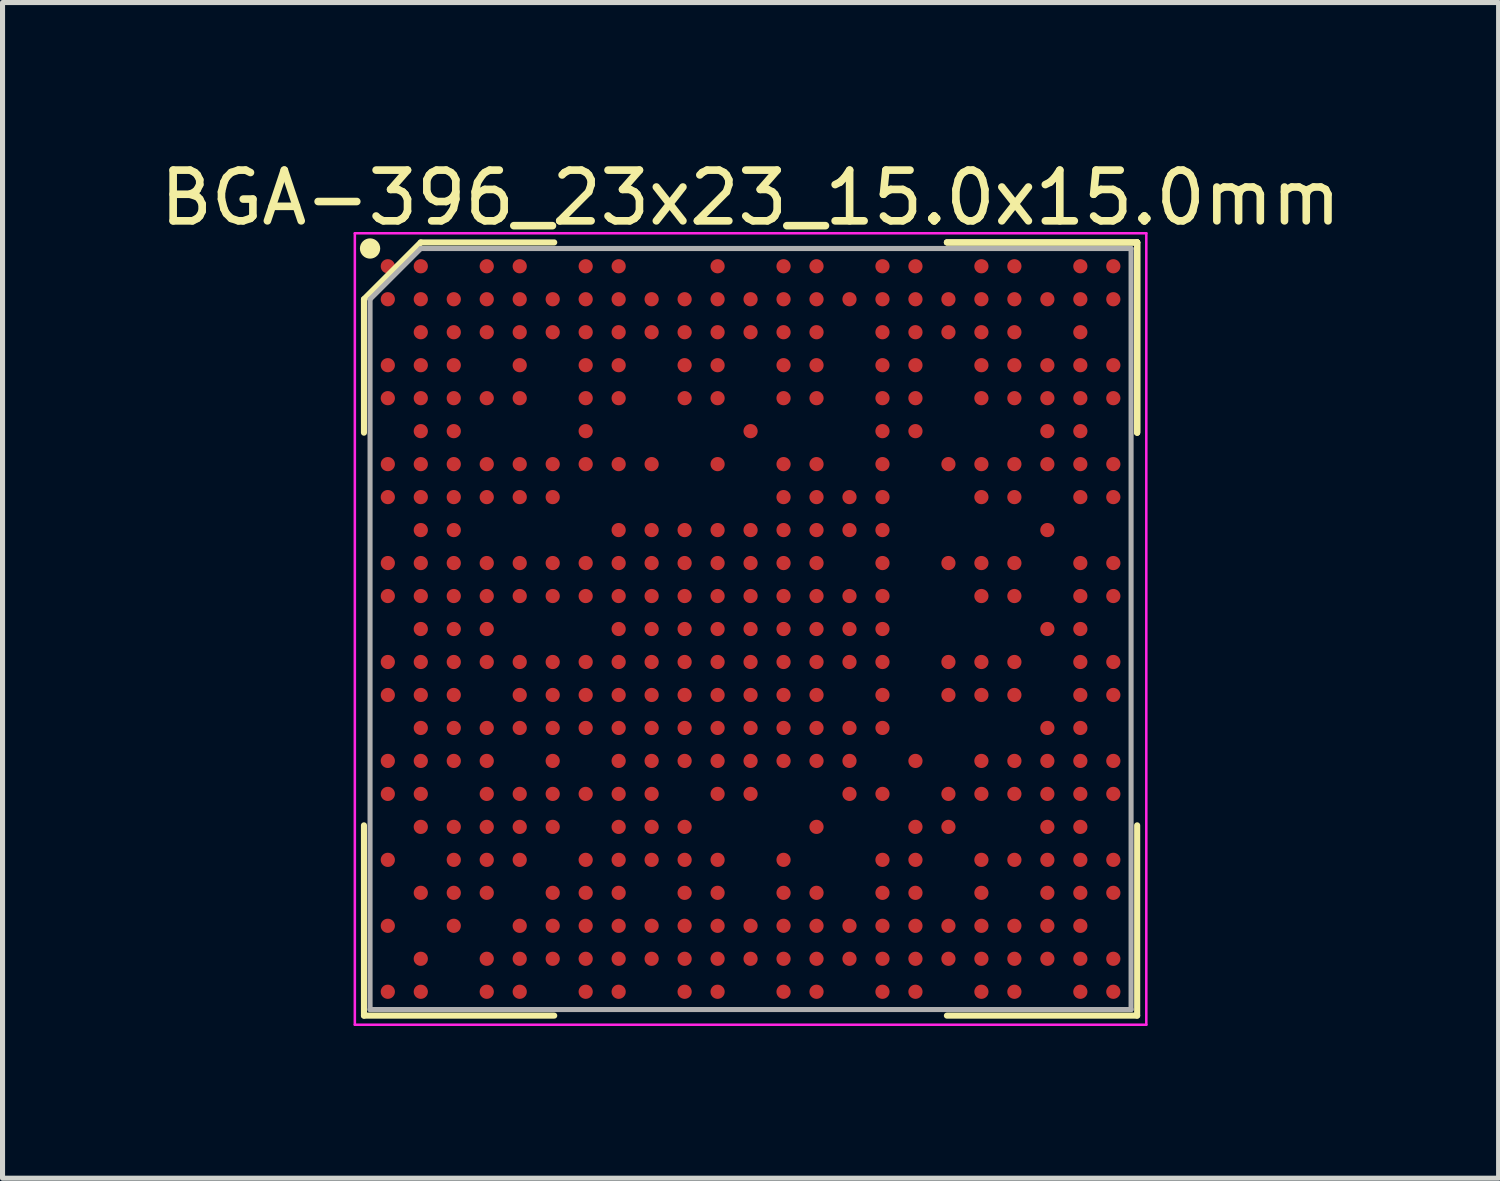
<source format=kicad_pcb>
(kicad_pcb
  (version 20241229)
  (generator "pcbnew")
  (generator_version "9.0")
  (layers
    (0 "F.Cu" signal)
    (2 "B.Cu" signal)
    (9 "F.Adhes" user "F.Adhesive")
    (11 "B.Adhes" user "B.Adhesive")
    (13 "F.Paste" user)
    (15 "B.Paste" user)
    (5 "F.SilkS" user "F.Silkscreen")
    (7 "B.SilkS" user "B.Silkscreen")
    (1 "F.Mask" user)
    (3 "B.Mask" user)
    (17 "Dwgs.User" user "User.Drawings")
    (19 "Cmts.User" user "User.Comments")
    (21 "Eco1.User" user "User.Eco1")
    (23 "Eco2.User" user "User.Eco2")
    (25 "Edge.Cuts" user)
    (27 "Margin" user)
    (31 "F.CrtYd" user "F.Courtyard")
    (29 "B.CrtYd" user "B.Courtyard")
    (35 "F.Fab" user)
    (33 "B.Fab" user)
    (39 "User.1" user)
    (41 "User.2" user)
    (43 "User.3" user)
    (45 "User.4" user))
  (footprint "BGA-396_23x23_15.0x15.0mm"
    (layer "F.Cu")
    (at 11.744 9.348)
    (property "Reference" "BGA-396_23x23_15.0x15.0mm" (at 0 -8.5 0) (layer "F.SilkS") (effects (font (size 1 1) (thickness 0.15))))
    (attr smd)
    (fp_line (start -7.62 -6.5) (end -7.62 -3.87) (stroke (width 0.12) (type solid)) (layer "F.SilkS"))
    (fp_line (start -7.62 7.62) (end -7.62 3.87) (stroke (width 0.12) (type solid)) (layer "F.SilkS"))
    (fp_line (start -6.5 -7.62) (end -7.62 -6.5) (stroke (width 0.12) (type solid)) (layer "F.SilkS"))
    (fp_line (start -3.87 -7.62) (end -6.5 -7.62) (stroke (width 0.12) (type solid)) (layer "F.SilkS"))
    (fp_line (start -3.87 7.62) (end -7.62 7.62) (stroke (width 0.12) (type solid)) (layer "F.SilkS"))
    (fp_line (start 3.87 -7.62) (end 7.62 -7.62) (stroke (width 0.12) (type solid)) (layer "F.SilkS"))
    (fp_line (start 3.87 -7.62) (end 7.62 -7.62) (stroke (width 0.12) (type solid)) (layer "F.SilkS"))
    (fp_line (start 3.87 -7.62) (end 7.62 -7.62) (stroke (width 0.12) (type solid)) (layer "F.SilkS"))
    (fp_line (start 3.87 7.62) (end 7.62 7.62) (stroke (width 0.12) (type solid)) (layer "F.SilkS"))
    (fp_line (start 7.62 -7.62) (end 7.62 -3.87) (stroke (width 0.12) (type solid)) (layer "F.SilkS"))
    (fp_line (start 7.62 -7.62) (end 7.62 -3.87) (stroke (width 0.12) (type solid)) (layer "F.SilkS"))
    (fp_line (start 7.62 -7.62) (end 7.62 -3.87) (stroke (width 0.12) (type solid)) (layer "F.SilkS"))
    (fp_line (start 7.62 7.62) (end 7.62 3.87) (stroke (width 0.12) (type solid)) (layer "F.SilkS"))
    (fp_circle (center -7.5 -7.5) (end -7.5 -7.4) (stroke (width 0.2) (type solid)) (fill no) (layer "F.SilkS"))
    (fp_line (start -7.8 -7.8) (end 7.8 -7.8) (stroke (width 0.05) (type solid)) (layer "F.CrtYd"))
    (fp_line (start -7.8 7.8) (end -7.8 -7.8) (stroke (width 0.05) (type solid)) (layer "F.CrtYd"))
    (fp_line (start 7.8 -7.8) (end 7.8 7.8) (stroke (width 0.05) (type solid)) (layer "F.CrtYd"))
    (fp_line (start 7.8 7.8) (end -7.8 7.8) (stroke (width 0.05) (type solid)) (layer "F.CrtYd"))
    (fp_line (start -7.5 -6.5) (end -7.5 7.5) (stroke (width 0.1) (type solid)) (layer "F.Fab"))
    (fp_line (start -7.5 7.5) (end 7.5 7.5) (stroke (width 0.1) (type solid)) (layer "F.Fab"))
    (fp_line (start -6.5 -7.5) (end -7.5 -6.5) (stroke (width 0.1) (type solid)) (layer "F.Fab"))
    (fp_line (start 7.5 -7.5) (end -6.5 -7.5) (stroke (width 0.1) (type solid)) (layer "F.Fab"))
    (fp_line (start 7.5 7.5) (end 7.5 -7.5) (stroke (width 0.1) (type solid)) (layer "F.Fab"))
    (pad "A1" smd circle (at -7.15 -7.15) (size 0.28 0.28) (layers "F.Cu" "F.Mask" "F.Paste"))
    (pad "A2" smd circle (at -6.5 -7.15) (size 0.28 0.28) (layers "F.Cu" "F.Mask" "F.Paste"))
    (pad "A4" smd circle (at -5.2 -7.15) (size 0.28 0.28) (layers "F.Cu" "F.Mask" "F.Paste"))
    (pad "A5" smd circle (at -4.55 -7.15) (size 0.28 0.28) (layers "F.Cu" "F.Mask" "F.Paste"))
    (pad "A7" smd circle (at -3.25 -7.15) (size 0.28 0.28) (layers "F.Cu" "F.Mask" "F.Paste"))
    (pad "A8" smd circle (at -2.6 -7.15) (size 0.28 0.28) (layers "F.Cu" "F.Mask" "F.Paste"))
    (pad "A11" smd circle (at -0.65 -7.15) (size 0.28 0.28) (layers "F.Cu" "F.Mask" "F.Paste"))
    (pad "A13" smd circle (at 0.65 -7.15) (size 0.28 0.28) (layers "F.Cu" "F.Mask" "F.Paste"))
    (pad "A14" smd circle (at 1.3 -7.15) (size 0.28 0.28) (layers "F.Cu" "F.Mask" "F.Paste"))
    (pad "A16" smd circle (at 2.6 -7.15) (size 0.28 0.28) (layers "F.Cu" "F.Mask" "F.Paste"))
    (pad "A17" smd circle (at 3.25 -7.15) (size 0.28 0.28) (layers "F.Cu" "F.Mask" "F.Paste"))
    (pad "A19" smd circle (at 4.55 -7.15) (size 0.28 0.28) (layers "F.Cu" "F.Mask" "F.Paste"))
    (pad "A20" smd circle (at 5.2 -7.15) (size 0.28 0.28) (layers "F.Cu" "F.Mask" "F.Paste"))
    (pad "A22" smd circle (at 6.5 -7.15) (size 0.28 0.28) (layers "F.Cu" "F.Mask" "F.Paste"))
    (pad "A23" smd circle (at 7.15 -7.15) (size 0.28 0.28) (layers "F.Cu" "F.Mask" "F.Paste"))
    (pad "AA1" smd circle (at -7.15 5.85) (size 0.28 0.28) (layers "F.Cu" "F.Mask" "F.Paste"))
    (pad "AA3" smd circle (at -5.85 5.85) (size 0.28 0.28) (layers "F.Cu" "F.Mask" "F.Paste"))
    (pad "AA5" smd circle (at -4.55 5.85) (size 0.28 0.28) (layers "F.Cu" "F.Mask" "F.Paste"))
    (pad "AA6" smd circle (at -3.9 5.85) (size 0.28 0.28) (layers "F.Cu" "F.Mask" "F.Paste"))
    (pad "AA7" smd circle (at -3.25 5.85) (size 0.28 0.28) (layers "F.Cu" "F.Mask" "F.Paste"))
    (pad "AA8" smd circle (at -2.6 5.85) (size 0.28 0.28) (layers "F.Cu" "F.Mask" "F.Paste"))
    (pad "AA9" smd circle (at -1.95 5.85) (size 0.28 0.28) (layers "F.Cu" "F.Mask" "F.Paste"))
    (pad "AA10" smd circle (at -1.3 5.85) (size 0.28 0.28) (layers "F.Cu" "F.Mask" "F.Paste"))
    (pad "AA11" smd circle (at -0.65 5.85) (size 0.28 0.28) (layers "F.Cu" "F.Mask" "F.Paste"))
    (pad "AA12" smd circle (at 0 5.85) (size 0.28 0.28) (layers "F.Cu" "F.Mask" "F.Paste"))
    (pad "AA13" smd circle (at 0.65 5.85) (size 0.28 0.28) (layers "F.Cu" "F.Mask" "F.Paste"))
    (pad "AA14" smd circle (at 1.3 5.85) (size 0.28 0.28) (layers "F.Cu" "F.Mask" "F.Paste"))
    (pad "AA15" smd circle (at 1.95 5.85) (size 0.28 0.28) (layers "F.Cu" "F.Mask" "F.Paste"))
    (pad "AA16" smd circle (at 2.6 5.85) (size 0.28 0.28) (layers "F.Cu" "F.Mask" "F.Paste"))
    (pad "AA17" smd circle (at 3.25 5.85) (size 0.28 0.28) (layers "F.Cu" "F.Mask" "F.Paste"))
    (pad "AA18" smd circle (at 3.9 5.85) (size 0.28 0.28) (layers "F.Cu" "F.Mask" "F.Paste"))
    (pad "AA19" smd circle (at 4.55 5.85) (size 0.28 0.28) (layers "F.Cu" "F.Mask" "F.Paste"))
    (pad "AA20" smd circle (at 5.2 5.85) (size 0.28 0.28) (layers "F.Cu" "F.Mask" "F.Paste"))
    (pad "AA21" smd circle (at 5.85 5.85) (size 0.28 0.28) (layers "F.Cu" "F.Mask" "F.Paste"))
    (pad "AA22" smd circle (at 6.5 5.85) (size 0.28 0.28) (layers "F.Cu" "F.Mask" "F.Paste"))
    (pad "AB2" smd circle (at -6.5 6.5) (size 0.28 0.28) (layers "F.Cu" "F.Mask" "F.Paste"))
    (pad "AB4" smd circle (at -5.2 6.5) (size 0.28 0.28) (layers "F.Cu" "F.Mask" "F.Paste"))
    (pad "AB5" smd circle (at -4.55 6.5) (size 0.28 0.28) (layers "F.Cu" "F.Mask" "F.Paste"))
    (pad "AB6" smd circle (at -3.9 6.5) (size 0.28 0.28) (layers "F.Cu" "F.Mask" "F.Paste"))
    (pad "AB7" smd circle (at -3.25 6.5) (size 0.28 0.28) (layers "F.Cu" "F.Mask" "F.Paste"))
    (pad "AB8" smd circle (at -2.6 6.5) (size 0.28 0.28) (layers "F.Cu" "F.Mask" "F.Paste"))
    (pad "AB9" smd circle (at -1.95 6.5) (size 0.28 0.28) (layers "F.Cu" "F.Mask" "F.Paste"))
    (pad "AB10" smd circle (at -1.3 6.5) (size 0.28 0.28) (layers "F.Cu" "F.Mask" "F.Paste"))
    (pad "AB11" smd circle (at -0.65 6.5) (size 0.28 0.28) (layers "F.Cu" "F.Mask" "F.Paste"))
    (pad "AB12" smd circle (at 0 6.5) (size 0.28 0.28) (layers "F.Cu" "F.Mask" "F.Paste"))
    (pad "AB13" smd circle (at 0.65 6.5) (size 0.28 0.28) (layers "F.Cu" "F.Mask" "F.Paste"))
    (pad "AB14" smd circle (at 1.3 6.5) (size 0.28 0.28) (layers "F.Cu" "F.Mask" "F.Paste"))
    (pad "AB15" smd circle (at 1.95 6.5) (size 0.28 0.28) (layers "F.Cu" "F.Mask" "F.Paste"))
    (pad "AB16" smd circle (at 2.6 6.5) (size 0.28 0.28) (layers "F.Cu" "F.Mask" "F.Paste"))
    (pad "AB17" smd circle (at 3.25 6.5) (size 0.28 0.28) (layers "F.Cu" "F.Mask" "F.Paste"))
    (pad "AB18" smd circle (at 3.9 6.5) (size 0.28 0.28) (layers "F.Cu" "F.Mask" "F.Paste"))
    (pad "AB19" smd circle (at 4.55 6.5) (size 0.28 0.28) (layers "F.Cu" "F.Mask" "F.Paste"))
    (pad "AB20" smd circle (at 5.2 6.5) (size 0.28 0.28) (layers "F.Cu" "F.Mask" "F.Paste"))
    (pad "AB21" smd circle (at 5.85 6.5) (size 0.28 0.28) (layers "F.Cu" "F.Mask" "F.Paste"))
    (pad "AB22" smd circle (at 6.5 6.5) (size 0.28 0.28) (layers "F.Cu" "F.Mask" "F.Paste"))
    (pad "AB23" smd circle (at 7.15 6.5) (size 0.28 0.28) (layers "F.Cu" "F.Mask" "F.Paste"))
    (pad "AC1" smd circle (at -7.15 7.15) (size 0.28 0.28) (layers "F.Cu" "F.Mask" "F.Paste"))
    (pad "AC2" smd circle (at -6.5 7.15) (size 0.28 0.28) (layers "F.Cu" "F.Mask" "F.Paste"))
    (pad "AC4" smd circle (at -5.2 7.15) (size 0.28 0.28) (layers "F.Cu" "F.Mask" "F.Paste"))
    (pad "AC5" smd circle (at -4.55 7.15) (size 0.28 0.28) (layers "F.Cu" "F.Mask" "F.Paste"))
    (pad "AC7" smd circle (at -3.25 7.15) (size 0.28 0.28) (layers "F.Cu" "F.Mask" "F.Paste"))
    (pad "AC8" smd circle (at -2.6 7.15) (size 0.28 0.28) (layers "F.Cu" "F.Mask" "F.Paste"))
    (pad "AC10" smd circle (at -1.3 7.15) (size 0.28 0.28) (layers "F.Cu" "F.Mask" "F.Paste"))
    (pad "AC11" smd circle (at -0.65 7.15) (size 0.28 0.28) (layers "F.Cu" "F.Mask" "F.Paste"))
    (pad "AC13" smd circle (at 0.65 7.15) (size 0.28 0.28) (layers "F.Cu" "F.Mask" "F.Paste"))
    (pad "AC14" smd circle (at 1.3 7.15) (size 0.28 0.28) (layers "F.Cu" "F.Mask" "F.Paste"))
    (pad "AC16" smd circle (at 2.6 7.15) (size 0.28 0.28) (layers "F.Cu" "F.Mask" "F.Paste"))
    (pad "AC17" smd circle (at 3.25 7.15) (size 0.28 0.28) (layers "F.Cu" "F.Mask" "F.Paste"))
    (pad "AC19" smd circle (at 4.55 7.15) (size 0.28 0.28) (layers "F.Cu" "F.Mask" "F.Paste"))
    (pad "AC20" smd circle (at 5.2 7.15) (size 0.28 0.28) (layers "F.Cu" "F.Mask" "F.Paste"))
    (pad "AC22" smd circle (at 6.5 7.15) (size 0.28 0.28) (layers "F.Cu" "F.Mask" "F.Paste"))
    (pad "AC23" smd circle (at 7.15 7.15) (size 0.28 0.28) (layers "F.Cu" "F.Mask" "F.Paste"))
    (pad "B1" smd circle (at -7.15 -6.5) (size 0.28 0.28) (layers "F.Cu" "F.Mask" "F.Paste"))
    (pad "B2" smd circle (at -6.5 -6.5) (size 0.28 0.28) (layers "F.Cu" "F.Mask" "F.Paste"))
    (pad "B3" smd circle (at -5.85 -6.5) (size 0.28 0.28) (layers "F.Cu" "F.Mask" "F.Paste"))
    (pad "B4" smd circle (at -5.2 -6.5) (size 0.28 0.28) (layers "F.Cu" "F.Mask" "F.Paste"))
    (pad "B5" smd circle (at -4.55 -6.5) (size 0.28 0.28) (layers "F.Cu" "F.Mask" "F.Paste"))
    (pad "B6" smd circle (at -3.9 -6.5) (size 0.28 0.28) (layers "F.Cu" "F.Mask" "F.Paste"))
    (pad "B7" smd circle (at -3.25 -6.5) (size 0.28 0.28) (layers "F.Cu" "F.Mask" "F.Paste"))
    (pad "B8" smd circle (at -2.6 -6.5) (size 0.28 0.28) (layers "F.Cu" "F.Mask" "F.Paste"))
    (pad "B9" smd circle (at -1.95 -6.5) (size 0.28 0.28) (layers "F.Cu" "F.Mask" "F.Paste"))
    (pad "B10" smd circle (at -1.3 -6.5) (size 0.28 0.28) (layers "F.Cu" "F.Mask" "F.Paste"))
    (pad "B11" smd circle (at -0.65 -6.5) (size 0.28 0.28) (layers "F.Cu" "F.Mask" "F.Paste"))
    (pad "B12" smd circle (at 0 -6.5) (size 0.28 0.28) (layers "F.Cu" "F.Mask" "F.Paste"))
    (pad "B13" smd circle (at 0.65 -6.5) (size 0.28 0.28) (layers "F.Cu" "F.Mask" "F.Paste"))
    (pad "B14" smd circle (at 1.3 -6.5) (size 0.28 0.28) (layers "F.Cu" "F.Mask" "F.Paste"))
    (pad "B15" smd circle (at 1.95 -6.5) (size 0.28 0.28) (layers "F.Cu" "F.Mask" "F.Paste"))
    (pad "B16" smd circle (at 2.6 -6.5) (size 0.28 0.28) (layers "F.Cu" "F.Mask" "F.Paste"))
    (pad "B17" smd circle (at 3.25 -6.5) (size 0.28 0.28) (layers "F.Cu" "F.Mask" "F.Paste"))
    (pad "B18" smd circle (at 3.9 -6.5) (size 0.28 0.28) (layers "F.Cu" "F.Mask" "F.Paste"))
    (pad "B19" smd circle (at 4.55 -6.5) (size 0.28 0.28) (layers "F.Cu" "F.Mask" "F.Paste"))
    (pad "B20" smd circle (at 5.2 -6.5) (size 0.28 0.28) (layers "F.Cu" "F.Mask" "F.Paste"))
    (pad "B21" smd circle (at 5.85 -6.5) (size 0.28 0.28) (layers "F.Cu" "F.Mask" "F.Paste"))
    (pad "B22" smd circle (at 6.5 -6.5) (size 0.28 0.28) (layers "F.Cu" "F.Mask" "F.Paste"))
    (pad "B23" smd circle (at 7.15 -6.5) (size 0.28 0.28) (layers "F.Cu" "F.Mask" "F.Paste"))
    (pad "C2" smd circle (at -6.5 -5.85) (size 0.28 0.28) (layers "F.Cu" "F.Mask" "F.Paste"))
    (pad "C3" smd circle (at -5.85 -5.85) (size 0.28 0.28) (layers "F.Cu" "F.Mask" "F.Paste"))
    (pad "C4" smd circle (at -5.2 -5.85) (size 0.28 0.28) (layers "F.Cu" "F.Mask" "F.Paste"))
    (pad "C5" smd circle (at -4.55 -5.85) (size 0.28 0.28) (layers "F.Cu" "F.Mask" "F.Paste"))
    (pad "C6" smd circle (at -3.9 -5.85) (size 0.28 0.28) (layers "F.Cu" "F.Mask" "F.Paste"))
    (pad "C7" smd circle (at -3.25 -5.85) (size 0.28 0.28) (layers "F.Cu" "F.Mask" "F.Paste"))
    (pad "C8" smd circle (at -2.6 -5.85) (size 0.28 0.28) (layers "F.Cu" "F.Mask" "F.Paste"))
    (pad "C9" smd circle (at -1.95 -5.85) (size 0.28 0.28) (layers "F.Cu" "F.Mask" "F.Paste"))
    (pad "C10" smd circle (at -1.3 -5.85) (size 0.28 0.28) (layers "F.Cu" "F.Mask" "F.Paste"))
    (pad "C11" smd circle (at -0.65 -5.85) (size 0.28 0.28) (layers "F.Cu" "F.Mask" "F.Paste"))
    (pad "C12" smd circle (at 0 -5.85) (size 0.28 0.28) (layers "F.Cu" "F.Mask" "F.Paste"))
    (pad "C13" smd circle (at 0.65 -5.85) (size 0.28 0.28) (layers "F.Cu" "F.Mask" "F.Paste"))
    (pad "C14" smd circle (at 1.3 -5.85) (size 0.28 0.28) (layers "F.Cu" "F.Mask" "F.Paste"))
    (pad "C16" smd circle (at 2.6 -5.85) (size 0.28 0.28) (layers "F.Cu" "F.Mask" "F.Paste"))
    (pad "C17" smd circle (at 3.25 -5.85) (size 0.28 0.28) (layers "F.Cu" "F.Mask" "F.Paste"))
    (pad "C18" smd circle (at 3.9 -5.85) (size 0.28 0.28) (layers "F.Cu" "F.Mask" "F.Paste"))
    (pad "C19" smd circle (at 4.55 -5.85) (size 0.28 0.28) (layers "F.Cu" "F.Mask" "F.Paste"))
    (pad "C20" smd circle (at 5.2 -5.85) (size 0.28 0.28) (layers "F.Cu" "F.Mask" "F.Paste"))
    (pad "C22" smd circle (at 6.5 -5.85) (size 0.28 0.28) (layers "F.Cu" "F.Mask" "F.Paste"))
    (pad "D1" smd circle (at -7.15 -5.2) (size 0.28 0.28) (layers "F.Cu" "F.Mask" "F.Paste"))
    (pad "D2" smd circle (at -6.5 -5.2) (size 0.28 0.28) (layers "F.Cu" "F.Mask" "F.Paste"))
    (pad "D3" smd circle (at -5.85 -5.2) (size 0.28 0.28) (layers "F.Cu" "F.Mask" "F.Paste"))
    (pad "D5" smd circle (at -4.55 -5.2) (size 0.28 0.28) (layers "F.Cu" "F.Mask" "F.Paste"))
    (pad "D7" smd circle (at -3.25 -5.2) (size 0.28 0.28) (layers "F.Cu" "F.Mask" "F.Paste"))
    (pad "D8" smd circle (at -2.6 -5.2) (size 0.28 0.28) (layers "F.Cu" "F.Mask" "F.Paste"))
    (pad "D10" smd circle (at -1.3 -5.2) (size 0.28 0.28) (layers "F.Cu" "F.Mask" "F.Paste"))
    (pad "D11" smd circle (at -0.65 -5.2) (size 0.28 0.28) (layers "F.Cu" "F.Mask" "F.Paste"))
    (pad "D13" smd circle (at 0.65 -5.2) (size 0.28 0.28) (layers "F.Cu" "F.Mask" "F.Paste"))
    (pad "D14" smd circle (at 1.3 -5.2) (size 0.28 0.28) (layers "F.Cu" "F.Mask" "F.Paste"))
    (pad "D16" smd circle (at 2.6 -5.2) (size 0.28 0.28) (layers "F.Cu" "F.Mask" "F.Paste"))
    (pad "D17" smd circle (at 3.25 -5.2) (size 0.28 0.28) (layers "F.Cu" "F.Mask" "F.Paste"))
    (pad "D19" smd circle (at 4.55 -5.2) (size 0.28 0.28) (layers "F.Cu" "F.Mask" "F.Paste"))
    (pad "D20" smd circle (at 5.2 -5.2) (size 0.28 0.28) (layers "F.Cu" "F.Mask" "F.Paste"))
    (pad "D21" smd circle (at 5.85 -5.2) (size 0.28 0.28) (layers "F.Cu" "F.Mask" "F.Paste"))
    (pad "D22" smd circle (at 6.5 -5.2) (size 0.28 0.28) (layers "F.Cu" "F.Mask" "F.Paste"))
    (pad "D23" smd circle (at 7.15 -5.2) (size 0.28 0.28) (layers "F.Cu" "F.Mask" "F.Paste"))
    (pad "E1" smd circle (at -7.15 -4.55) (size 0.28 0.28) (layers "F.Cu" "F.Mask" "F.Paste"))
    (pad "E2" smd circle (at -6.5 -4.55) (size 0.28 0.28) (layers "F.Cu" "F.Mask" "F.Paste"))
    (pad "E3" smd circle (at -5.85 -4.55) (size 0.28 0.28) (layers "F.Cu" "F.Mask" "F.Paste"))
    (pad "E4" smd circle (at -5.2 -4.55) (size 0.28 0.28) (layers "F.Cu" "F.Mask" "F.Paste"))
    (pad "E5" smd circle (at -4.55 -4.55) (size 0.28 0.28) (layers "F.Cu" "F.Mask" "F.Paste"))
    (pad "E7" smd circle (at -3.25 -4.55) (size 0.28 0.28) (layers "F.Cu" "F.Mask" "F.Paste"))
    (pad "E8" smd circle (at -2.6 -4.55) (size 0.28 0.28) (layers "F.Cu" "F.Mask" "F.Paste"))
    (pad "E10" smd circle (at -1.3 -4.55) (size 0.28 0.28) (layers "F.Cu" "F.Mask" "F.Paste"))
    (pad "E11" smd circle (at -0.65 -4.55) (size 0.28 0.28) (layers "F.Cu" "F.Mask" "F.Paste"))
    (pad "E13" smd circle (at 0.65 -4.55) (size 0.28 0.28) (layers "F.Cu" "F.Mask" "F.Paste"))
    (pad "E14" smd circle (at 1.3 -4.55) (size 0.28 0.28) (layers "F.Cu" "F.Mask" "F.Paste"))
    (pad "E16" smd circle (at 2.6 -4.55) (size 0.28 0.28) (layers "F.Cu" "F.Mask" "F.Paste"))
    (pad "E17" smd circle (at 3.25 -4.55) (size 0.28 0.28) (layers "F.Cu" "F.Mask" "F.Paste"))
    (pad "E19" smd circle (at 4.55 -4.55) (size 0.28 0.28) (layers "F.Cu" "F.Mask" "F.Paste"))
    (pad "E20" smd circle (at 5.2 -4.55) (size 0.28 0.28) (layers "F.Cu" "F.Mask" "F.Paste"))
    (pad "E21" smd circle (at 5.85 -4.55) (size 0.28 0.28) (layers "F.Cu" "F.Mask" "F.Paste"))
    (pad "E22" smd circle (at 6.5 -4.55) (size 0.28 0.28) (layers "F.Cu" "F.Mask" "F.Paste"))
    (pad "E23" smd circle (at 7.15 -4.55) (size 0.28 0.28) (layers "F.Cu" "F.Mask" "F.Paste"))
    (pad "F2" smd circle (at -6.5 -3.9) (size 0.28 0.28) (layers "F.Cu" "F.Mask" "F.Paste"))
    (pad "F3" smd circle (at -5.85 -3.9) (size 0.28 0.28) (layers "F.Cu" "F.Mask" "F.Paste"))
    (pad "F7" smd circle (at -3.25 -3.9) (size 0.28 0.28) (layers "F.Cu" "F.Mask" "F.Paste"))
    (pad "F12" smd circle (at 0 -3.9) (size 0.28 0.28) (layers "F.Cu" "F.Mask" "F.Paste"))
    (pad "F16" smd circle (at 2.6 -3.9) (size 0.28 0.28) (layers "F.Cu" "F.Mask" "F.Paste"))
    (pad "F17" smd circle (at 3.25 -3.9) (size 0.28 0.28) (layers "F.Cu" "F.Mask" "F.Paste"))
    (pad "F21" smd circle (at 5.85 -3.9) (size 0.28 0.28) (layers "F.Cu" "F.Mask" "F.Paste"))
    (pad "F22" smd circle (at 6.5 -3.9) (size 0.28 0.28) (layers "F.Cu" "F.Mask" "F.Paste"))
    (pad "G1" smd circle (at -7.15 -3.25) (size 0.28 0.28) (layers "F.Cu" "F.Mask" "F.Paste"))
    (pad "G2" smd circle (at -6.5 -3.25) (size 0.28 0.28) (layers "F.Cu" "F.Mask" "F.Paste"))
    (pad "G3" smd circle (at -5.85 -3.25) (size 0.28 0.28) (layers "F.Cu" "F.Mask" "F.Paste"))
    (pad "G4" smd circle (at -5.2 -3.25) (size 0.28 0.28) (layers "F.Cu" "F.Mask" "F.Paste"))
    (pad "G5" smd circle (at -4.55 -3.25) (size 0.28 0.28) (layers "F.Cu" "F.Mask" "F.Paste"))
    (pad "G6" smd circle (at -3.9 -3.25) (size 0.28 0.28) (layers "F.Cu" "F.Mask" "F.Paste"))
    (pad "G7" smd circle (at -3.25 -3.25) (size 0.28 0.28) (layers "F.Cu" "F.Mask" "F.Paste"))
    (pad "G8" smd circle (at -2.6 -3.25) (size 0.28 0.28) (layers "F.Cu" "F.Mask" "F.Paste"))
    (pad "G9" smd circle (at -1.95 -3.25) (size 0.28 0.28) (layers "F.Cu" "F.Mask" "F.Paste"))
    (pad "G11" smd circle (at -0.65 -3.25) (size 0.28 0.28) (layers "F.Cu" "F.Mask" "F.Paste"))
    (pad "G13" smd circle (at 0.65 -3.25) (size 0.28 0.28) (layers "F.Cu" "F.Mask" "F.Paste"))
    (pad "G14" smd circle (at 1.3 -3.25) (size 0.28 0.28) (layers "F.Cu" "F.Mask" "F.Paste"))
    (pad "G16" smd circle (at 2.6 -3.25) (size 0.28 0.28) (layers "F.Cu" "F.Mask" "F.Paste"))
    (pad "G18" smd circle (at 3.9 -3.25) (size 0.28 0.28) (layers "F.Cu" "F.Mask" "F.Paste"))
    (pad "G19" smd circle (at 4.55 -3.25) (size 0.28 0.28) (layers "F.Cu" "F.Mask" "F.Paste"))
    (pad "G20" smd circle (at 5.2 -3.25) (size 0.28 0.28) (layers "F.Cu" "F.Mask" "F.Paste"))
    (pad "G21" smd circle (at 5.85 -3.25) (size 0.28 0.28) (layers "F.Cu" "F.Mask" "F.Paste"))
    (pad "G22" smd circle (at 6.5 -3.25) (size 0.28 0.28) (layers "F.Cu" "F.Mask" "F.Paste"))
    (pad "G23" smd circle (at 7.15 -3.25) (size 0.28 0.28) (layers "F.Cu" "F.Mask" "F.Paste"))
    (pad "H1" smd circle (at -7.15 -2.6) (size 0.28 0.28) (layers "F.Cu" "F.Mask" "F.Paste"))
    (pad "H2" smd circle (at -6.5 -2.6) (size 0.28 0.28) (layers "F.Cu" "F.Mask" "F.Paste"))
    (pad "H3" smd circle (at -5.85 -2.6) (size 0.28 0.28) (layers "F.Cu" "F.Mask" "F.Paste"))
    (pad "H4" smd circle (at -5.2 -2.6) (size 0.28 0.28) (layers "F.Cu" "F.Mask" "F.Paste"))
    (pad "H5" smd circle (at -4.55 -2.6) (size 0.28 0.28) (layers "F.Cu" "F.Mask" "F.Paste"))
    (pad "H6" smd circle (at -3.9 -2.6) (size 0.28 0.28) (layers "F.Cu" "F.Mask" "F.Paste"))
    (pad "H13" smd circle (at 0.65 -2.6) (size 0.28 0.28) (layers "F.Cu" "F.Mask" "F.Paste"))
    (pad "H14" smd circle (at 1.3 -2.6) (size 0.28 0.28) (layers "F.Cu" "F.Mask" "F.Paste"))
    (pad "H15" smd circle (at 1.95 -2.6) (size 0.28 0.28) (layers "F.Cu" "F.Mask" "F.Paste"))
    (pad "H16" smd circle (at 2.6 -2.6) (size 0.28 0.28) (layers "F.Cu" "F.Mask" "F.Paste"))
    (pad "H19" smd circle (at 4.55 -2.6) (size 0.28 0.28) (layers "F.Cu" "F.Mask" "F.Paste"))
    (pad "H20" smd circle (at 5.2 -2.6) (size 0.28 0.28) (layers "F.Cu" "F.Mask" "F.Paste"))
    (pad "H22" smd circle (at 6.5 -2.6) (size 0.28 0.28) (layers "F.Cu" "F.Mask" "F.Paste"))
    (pad "H23" smd circle (at 7.15 -2.6) (size 0.28 0.28) (layers "F.Cu" "F.Mask" "F.Paste"))
    (pad "J2" smd circle (at -6.5 -1.95) (size 0.28 0.28) (layers "F.Cu" "F.Mask" "F.Paste"))
    (pad "J3" smd circle (at -5.85 -1.95) (size 0.28 0.28) (layers "F.Cu" "F.Mask" "F.Paste"))
    (pad "J8" smd circle (at -2.6 -1.95) (size 0.28 0.28) (layers "F.Cu" "F.Mask" "F.Paste"))
    (pad "J9" smd circle (at -1.95 -1.95) (size 0.28 0.28) (layers "F.Cu" "F.Mask" "F.Paste"))
    (pad "J10" smd circle (at -1.3 -1.95) (size 0.28 0.28) (layers "F.Cu" "F.Mask" "F.Paste"))
    (pad "J11" smd circle (at -0.65 -1.95) (size 0.28 0.28) (layers "F.Cu" "F.Mask" "F.Paste"))
    (pad "J12" smd circle (at 0 -1.95) (size 0.28 0.28) (layers "F.Cu" "F.Mask" "F.Paste"))
    (pad "J13" smd circle (at 0.65 -1.95) (size 0.28 0.28) (layers "F.Cu" "F.Mask" "F.Paste"))
    (pad "J14" smd circle (at 1.3 -1.95) (size 0.28 0.28) (layers "F.Cu" "F.Mask" "F.Paste"))
    (pad "J15" smd circle (at 1.95 -1.95) (size 0.28 0.28) (layers "F.Cu" "F.Mask" "F.Paste"))
    (pad "J16" smd circle (at 2.6 -1.95) (size 0.28 0.28) (layers "F.Cu" "F.Mask" "F.Paste"))
    (pad "J21" smd circle (at 5.85 -1.95) (size 0.28 0.28) (layers "F.Cu" "F.Mask" "F.Paste"))
    (pad "K1" smd circle (at -7.15 -1.3) (size 0.28 0.28) (layers "F.Cu" "F.Mask" "F.Paste"))
    (pad "K2" smd circle (at -6.5 -1.3) (size 0.28 0.28) (layers "F.Cu" "F.Mask" "F.Paste"))
    (pad "K3" smd circle (at -5.85 -1.3) (size 0.28 0.28) (layers "F.Cu" "F.Mask" "F.Paste"))
    (pad "K4" smd circle (at -5.2 -1.3) (size 0.28 0.28) (layers "F.Cu" "F.Mask" "F.Paste"))
    (pad "K5" smd circle (at -4.55 -1.3) (size 0.28 0.28) (layers "F.Cu" "F.Mask" "F.Paste"))
    (pad "K6" smd circle (at -3.9 -1.3) (size 0.28 0.28) (layers "F.Cu" "F.Mask" "F.Paste"))
    (pad "K7" smd circle (at -3.25 -1.3) (size 0.28 0.28) (layers "F.Cu" "F.Mask" "F.Paste"))
    (pad "K8" smd circle (at -2.6 -1.3) (size 0.28 0.28) (layers "F.Cu" "F.Mask" "F.Paste"))
    (pad "K9" smd circle (at -1.95 -1.3) (size 0.28 0.28) (layers "F.Cu" "F.Mask" "F.Paste"))
    (pad "K10" smd circle (at -1.3 -1.3) (size 0.28 0.28) (layers "F.Cu" "F.Mask" "F.Paste"))
    (pad "K11" smd circle (at -0.65 -1.3) (size 0.28 0.28) (layers "F.Cu" "F.Mask" "F.Paste"))
    (pad "K12" smd circle (at 0 -1.3) (size 0.28 0.28) (layers "F.Cu" "F.Mask" "F.Paste"))
    (pad "K13" smd circle (at 0.65 -1.3) (size 0.28 0.28) (layers "F.Cu" "F.Mask" "F.Paste"))
    (pad "K14" smd circle (at 1.3 -1.3) (size 0.28 0.28) (layers "F.Cu" "F.Mask" "F.Paste"))
    (pad "K16" smd circle (at 2.6 -1.3) (size 0.28 0.28) (layers "F.Cu" "F.Mask" "F.Paste"))
    (pad "K18" smd circle (at 3.9 -1.3) (size 0.28 0.28) (layers "F.Cu" "F.Mask" "F.Paste"))
    (pad "K19" smd circle (at 4.55 -1.3) (size 0.28 0.28) (layers "F.Cu" "F.Mask" "F.Paste"))
    (pad "K20" smd circle (at 5.2 -1.3) (size 0.28 0.28) (layers "F.Cu" "F.Mask" "F.Paste"))
    (pad "K22" smd circle (at 6.5 -1.3) (size 0.28 0.28) (layers "F.Cu" "F.Mask" "F.Paste"))
    (pad "K23" smd circle (at 7.15 -1.3) (size 0.28 0.28) (layers "F.Cu" "F.Mask" "F.Paste"))
    (pad "L1" smd circle (at -7.15 -0.65) (size 0.28 0.28) (layers "F.Cu" "F.Mask" "F.Paste"))
    (pad "L2" smd circle (at -6.5 -0.65) (size 0.28 0.28) (layers "F.Cu" "F.Mask" "F.Paste"))
    (pad "L3" smd circle (at -5.85 -0.65) (size 0.28 0.28) (layers "F.Cu" "F.Mask" "F.Paste"))
    (pad "L4" smd circle (at -5.2 -0.65) (size 0.28 0.28) (layers "F.Cu" "F.Mask" "F.Paste"))
    (pad "L5" smd circle (at -4.55 -0.65) (size 0.28 0.28) (layers "F.Cu" "F.Mask" "F.Paste"))
    (pad "L6" smd circle (at -3.9 -0.65) (size 0.28 0.28) (layers "F.Cu" "F.Mask" "F.Paste"))
    (pad "L7" smd circle (at -3.25 -0.65) (size 0.28 0.28) (layers "F.Cu" "F.Mask" "F.Paste"))
    (pad "L8" smd circle (at -2.6 -0.65) (size 0.28 0.28) (layers "F.Cu" "F.Mask" "F.Paste"))
    (pad "L9" smd circle (at -1.95 -0.65) (size 0.28 0.28) (layers "F.Cu" "F.Mask" "F.Paste"))
    (pad "L10" smd circle (at -1.3 -0.65) (size 0.28 0.28) (layers "F.Cu" "F.Mask" "F.Paste"))
    (pad "L11" smd circle (at -0.65 -0.65) (size 0.28 0.28) (layers "F.Cu" "F.Mask" "F.Paste"))
    (pad "L12" smd circle (at 0 -0.65) (size 0.28 0.28) (layers "F.Cu" "F.Mask" "F.Paste"))
    (pad "L13" smd circle (at 0.65 -0.65) (size 0.28 0.28) (layers "F.Cu" "F.Mask" "F.Paste"))
    (pad "L14" smd circle (at 1.3 -0.65) (size 0.28 0.28) (layers "F.Cu" "F.Mask" "F.Paste"))
    (pad "L15" smd circle (at 1.95 -0.65) (size 0.28 0.28) (layers "F.Cu" "F.Mask" "F.Paste"))
    (pad "L16" smd circle (at 2.6 -0.65) (size 0.28 0.28) (layers "F.Cu" "F.Mask" "F.Paste"))
    (pad "L19" smd circle (at 4.55 -0.65) (size 0.28 0.28) (layers "F.Cu" "F.Mask" "F.Paste"))
    (pad "L20" smd circle (at 5.2 -0.65) (size 0.28 0.28) (layers "F.Cu" "F.Mask" "F.Paste"))
    (pad "L22" smd circle (at 6.5 -0.65) (size 0.28 0.28) (layers "F.Cu" "F.Mask" "F.Paste"))
    (pad "L23" smd circle (at 7.15 -0.65) (size 0.28 0.28) (layers "F.Cu" "F.Mask" "F.Paste"))
    (pad "M2" smd circle (at -6.5 0) (size 0.28 0.28) (layers "F.Cu" "F.Mask" "F.Paste"))
    (pad "M3" smd circle (at -5.85 0) (size 0.28 0.28) (layers "F.Cu" "F.Mask" "F.Paste"))
    (pad "M4" smd circle (at -5.2 0) (size 0.28 0.28) (layers "F.Cu" "F.Mask" "F.Paste"))
    (pad "M8" smd circle (at -2.6 0) (size 0.28 0.28) (layers "F.Cu" "F.Mask" "F.Paste"))
    (pad "M9" smd circle (at -1.95 0) (size 0.28 0.28) (layers "F.Cu" "F.Mask" "F.Paste"))
    (pad "M10" smd circle (at -1.3 0) (size 0.28 0.28) (layers "F.Cu" "F.Mask" "F.Paste"))
    (pad "M11" smd circle (at -0.65 0) (size 0.28 0.28) (layers "F.Cu" "F.Mask" "F.Paste"))
    (pad "M12" smd circle (at 0 0) (size 0.28 0.28) (layers "F.Cu" "F.Mask" "F.Paste"))
    (pad "M13" smd circle (at 0.65 0) (size 0.28 0.28) (layers "F.Cu" "F.Mask" "F.Paste"))
    (pad "M14" smd circle (at 1.3 0) (size 0.28 0.28) (layers "F.Cu" "F.Mask" "F.Paste"))
    (pad "M15" smd circle (at 1.95 0) (size 0.28 0.28) (layers "F.Cu" "F.Mask" "F.Paste"))
    (pad "M16" smd circle (at 2.6 0) (size 0.28 0.28) (layers "F.Cu" "F.Mask" "F.Paste"))
    (pad "M21" smd circle (at 5.85 0) (size 0.28 0.28) (layers "F.Cu" "F.Mask" "F.Paste"))
    (pad "M22" smd circle (at 6.5 0) (size 0.28 0.28) (layers "F.Cu" "F.Mask" "F.Paste"))
    (pad "N1" smd circle (at -7.15 0.65) (size 0.28 0.28) (layers "F.Cu" "F.Mask" "F.Paste"))
    (pad "N2" smd circle (at -6.5 0.65) (size 0.28 0.28) (layers "F.Cu" "F.Mask" "F.Paste"))
    (pad "N3" smd circle (at -5.85 0.65) (size 0.28 0.28) (layers "F.Cu" "F.Mask" "F.Paste"))
    (pad "N4" smd circle (at -5.2 0.65) (size 0.28 0.28) (layers "F.Cu" "F.Mask" "F.Paste"))
    (pad "N5" smd circle (at -4.55 0.65) (size 0.28 0.28) (layers "F.Cu" "F.Mask" "F.Paste"))
    (pad "N6" smd circle (at -3.9 0.65) (size 0.28 0.28) (layers "F.Cu" "F.Mask" "F.Paste"))
    (pad "N7" smd circle (at -3.25 0.65) (size 0.28 0.28) (layers "F.Cu" "F.Mask" "F.Paste"))
    (pad "N8" smd circle (at -2.6 0.65) (size 0.28 0.28) (layers "F.Cu" "F.Mask" "F.Paste"))
    (pad "N9" smd circle (at -1.95 0.65) (size 0.28 0.28) (layers "F.Cu" "F.Mask" "F.Paste"))
    (pad "N10" smd circle (at -1.3 0.65) (size 0.28 0.28) (layers "F.Cu" "F.Mask" "F.Paste"))
    (pad "N11" smd circle (at -0.65 0.65) (size 0.28 0.28) (layers "F.Cu" "F.Mask" "F.Paste"))
    (pad "N12" smd circle (at 0 0.65) (size 0.28 0.28) (layers "F.Cu" "F.Mask" "F.Paste"))
    (pad "N13" smd circle (at 0.65 0.65) (size 0.28 0.28) (layers "F.Cu" "F.Mask" "F.Paste"))
    (pad "N14" smd circle (at 1.3 0.65) (size 0.28 0.28) (layers "F.Cu" "F.Mask" "F.Paste"))
    (pad "N15" smd circle (at 1.95 0.65) (size 0.28 0.28) (layers "F.Cu" "F.Mask" "F.Paste"))
    (pad "N16" smd circle (at 2.6 0.65) (size 0.28 0.28) (layers "F.Cu" "F.Mask" "F.Paste"))
    (pad "N18" smd circle (at 3.9 0.65) (size 0.28 0.28) (layers "F.Cu" "F.Mask" "F.Paste"))
    (pad "N19" smd circle (at 4.55 0.65) (size 0.28 0.28) (layers "F.Cu" "F.Mask" "F.Paste"))
    (pad "N20" smd circle (at 5.2 0.65) (size 0.28 0.28) (layers "F.Cu" "F.Mask" "F.Paste"))
    (pad "N22" smd circle (at 6.5 0.65) (size 0.28 0.28) (layers "F.Cu" "F.Mask" "F.Paste"))
    (pad "N23" smd circle (at 7.15 0.65) (size 0.28 0.28) (layers "F.Cu" "F.Mask" "F.Paste"))
    (pad "P1" smd circle (at -7.15 1.3) (size 0.28 0.28) (layers "F.Cu" "F.Mask" "F.Paste"))
    (pad "P2" smd circle (at -6.5 1.3) (size 0.28 0.28) (layers "F.Cu" "F.Mask" "F.Paste"))
    (pad "P3" smd circle (at -5.85 1.3) (size 0.28 0.28) (layers "F.Cu" "F.Mask" "F.Paste"))
    (pad "P5" smd circle (at -4.55 1.3) (size 0.28 0.28) (layers "F.Cu" "F.Mask" "F.Paste"))
    (pad "P6" smd circle (at -3.9 1.3) (size 0.28 0.28) (layers "F.Cu" "F.Mask" "F.Paste"))
    (pad "P7" smd circle (at -3.25 1.3) (size 0.28 0.28) (layers "F.Cu" "F.Mask" "F.Paste"))
    (pad "P8" smd circle (at -2.6 1.3) (size 0.28 0.28) (layers "F.Cu" "F.Mask" "F.Paste"))
    (pad "P9" smd circle (at -1.95 1.3) (size 0.28 0.28) (layers "F.Cu" "F.Mask" "F.Paste"))
    (pad "P10" smd circle (at -1.3 1.3) (size 0.28 0.28) (layers "F.Cu" "F.Mask" "F.Paste"))
    (pad "P11" smd circle (at -0.65 1.3) (size 0.28 0.28) (layers "F.Cu" "F.Mask" "F.Paste"))
    (pad "P12" smd circle (at 0 1.3) (size 0.28 0.28) (layers "F.Cu" "F.Mask" "F.Paste"))
    (pad "P13" smd circle (at 0.65 1.3) (size 0.28 0.28) (layers "F.Cu" "F.Mask" "F.Paste"))
    (pad "P14" smd circle (at 1.3 1.3) (size 0.28 0.28) (layers "F.Cu" "F.Mask" "F.Paste"))
    (pad "P16" smd circle (at 2.6 1.3) (size 0.28 0.28) (layers "F.Cu" "F.Mask" "F.Paste"))
    (pad "P18" smd circle (at 3.9 1.3) (size 0.28 0.28) (layers "F.Cu" "F.Mask" "F.Paste"))
    (pad "P19" smd circle (at 4.55 1.3) (size 0.28 0.28) (layers "F.Cu" "F.Mask" "F.Paste"))
    (pad "P20" smd circle (at 5.2 1.3) (size 0.28 0.28) (layers "F.Cu" "F.Mask" "F.Paste"))
    (pad "P22" smd circle (at 6.5 1.3) (size 0.28 0.28) (layers "F.Cu" "F.Mask" "F.Paste"))
    (pad "P23" smd circle (at 7.15 1.3) (size 0.28 0.28) (layers "F.Cu" "F.Mask" "F.Paste"))
    (pad "R2" smd circle (at -6.5 1.95) (size 0.28 0.28) (layers "F.Cu" "F.Mask" "F.Paste"))
    (pad "R3" smd circle (at -5.85 1.95) (size 0.28 0.28) (layers "F.Cu" "F.Mask" "F.Paste"))
    (pad "R4" smd circle (at -5.2 1.95) (size 0.28 0.28) (layers "F.Cu" "F.Mask" "F.Paste"))
    (pad "R5" smd circle (at -4.55 1.95) (size 0.28 0.28) (layers "F.Cu" "F.Mask" "F.Paste"))
    (pad "R6" smd circle (at -3.9 1.95) (size 0.28 0.28) (layers "F.Cu" "F.Mask" "F.Paste"))
    (pad "R7" smd circle (at -3.25 1.95) (size 0.28 0.28) (layers "F.Cu" "F.Mask" "F.Paste"))
    (pad "R8" smd circle (at -2.6 1.95) (size 0.28 0.28) (layers "F.Cu" "F.Mask" "F.Paste"))
    (pad "R9" smd circle (at -1.95 1.95) (size 0.28 0.28) (layers "F.Cu" "F.Mask" "F.Paste"))
    (pad "R10" smd circle (at -1.3 1.95) (size 0.28 0.28) (layers "F.Cu" "F.Mask" "F.Paste"))
    (pad "R11" smd circle (at -0.65 1.95) (size 0.28 0.28) (layers "F.Cu" "F.Mask" "F.Paste"))
    (pad "R12" smd circle (at 0 1.95) (size 0.28 0.28) (layers "F.Cu" "F.Mask" "F.Paste"))
    (pad "R13" smd circle (at 0.65 1.95) (size 0.28 0.28) (layers "F.Cu" "F.Mask" "F.Paste"))
    (pad "R14" smd circle (at 1.3 1.95) (size 0.28 0.28) (layers "F.Cu" "F.Mask" "F.Paste"))
    (pad "R15" smd circle (at 1.95 1.95) (size 0.28 0.28) (layers "F.Cu" "F.Mask" "F.Paste"))
    (pad "R16" smd circle (at 2.6 1.95) (size 0.28 0.28) (layers "F.Cu" "F.Mask" "F.Paste"))
    (pad "R21" smd circle (at 5.85 1.95) (size 0.28 0.28) (layers "F.Cu" "F.Mask" "F.Paste"))
    (pad "R22" smd circle (at 6.5 1.95) (size 0.28 0.28) (layers "F.Cu" "F.Mask" "F.Paste"))
    (pad "T1" smd circle (at -7.15 2.6) (size 0.28 0.28) (layers "F.Cu" "F.Mask" "F.Paste"))
    (pad "T2" smd circle (at -6.5 2.6) (size 0.28 0.28) (layers "F.Cu" "F.Mask" "F.Paste"))
    (pad "T3" smd circle (at -5.85 2.6) (size 0.28 0.28) (layers "F.Cu" "F.Mask" "F.Paste"))
    (pad "T4" smd circle (at -5.2 2.6) (size 0.28 0.28) (layers "F.Cu" "F.Mask" "F.Paste"))
    (pad "T6" smd circle (at -3.9 2.6) (size 0.28 0.28) (layers "F.Cu" "F.Mask" "F.Paste"))
    (pad "T8" smd circle (at -2.6 2.6) (size 0.28 0.28) (layers "F.Cu" "F.Mask" "F.Paste"))
    (pad "T9" smd circle (at -1.95 2.6) (size 0.28 0.28) (layers "F.Cu" "F.Mask" "F.Paste"))
    (pad "T10" smd circle (at -1.3 2.6) (size 0.28 0.28) (layers "F.Cu" "F.Mask" "F.Paste"))
    (pad "T11" smd circle (at -0.65 2.6) (size 0.28 0.28) (layers "F.Cu" "F.Mask" "F.Paste"))
    (pad "T12" smd circle (at 0 2.6) (size 0.28 0.28) (layers "F.Cu" "F.Mask" "F.Paste"))
    (pad "T13" smd circle (at 0.65 2.6) (size 0.28 0.28) (layers "F.Cu" "F.Mask" "F.Paste"))
    (pad "T14" smd circle (at 1.3 2.6) (size 0.28 0.28) (layers "F.Cu" "F.Mask" "F.Paste"))
    (pad "T15" smd circle (at 1.95 2.6) (size 0.28 0.28) (layers "F.Cu" "F.Mask" "F.Paste"))
    (pad "T17" smd circle (at 3.25 2.6) (size 0.28 0.28) (layers "F.Cu" "F.Mask" "F.Paste"))
    (pad "T19" smd circle (at 4.55 2.6) (size 0.28 0.28) (layers "F.Cu" "F.Mask" "F.Paste"))
    (pad "T20" smd circle (at 5.2 2.6) (size 0.28 0.28) (layers "F.Cu" "F.Mask" "F.Paste"))
    (pad "T21" smd circle (at 5.85 2.6) (size 0.28 0.28) (layers "F.Cu" "F.Mask" "F.Paste"))
    (pad "T22" smd circle (at 6.5 2.6) (size 0.28 0.28) (layers "F.Cu" "F.Mask" "F.Paste"))
    (pad "T23" smd circle (at 7.15 2.6) (size 0.28 0.28) (layers "F.Cu" "F.Mask" "F.Paste"))
    (pad "U1" smd circle (at -7.15 3.25) (size 0.28 0.28) (layers "F.Cu" "F.Mask" "F.Paste"))
    (pad "U2" smd circle (at -6.5 3.25) (size 0.28 0.28) (layers "F.Cu" "F.Mask" "F.Paste"))
    (pad "U4" smd circle (at -5.2 3.25) (size 0.28 0.28) (layers "F.Cu" "F.Mask" "F.Paste"))
    (pad "U5" smd circle (at -4.55 3.25) (size 0.28 0.28) (layers "F.Cu" "F.Mask" "F.Paste"))
    (pad "U6" smd circle (at -3.9 3.25) (size 0.28 0.28) (layers "F.Cu" "F.Mask" "F.Paste"))
    (pad "U7" smd circle (at -3.25 3.25) (size 0.28 0.28) (layers "F.Cu" "F.Mask" "F.Paste"))
    (pad "U8" smd circle (at -2.6 3.25) (size 0.28 0.28) (layers "F.Cu" "F.Mask" "F.Paste"))
    (pad "U9" smd circle (at -1.95 3.25) (size 0.28 0.28) (layers "F.Cu" "F.Mask" "F.Paste"))
    (pad "U11" smd circle (at -0.65 3.25) (size 0.28 0.28) (layers "F.Cu" "F.Mask" "F.Paste"))
    (pad "U12" smd circle (at 0 3.25) (size 0.28 0.28) (layers "F.Cu" "F.Mask" "F.Paste"))
    (pad "U15" smd circle (at 1.95 3.25) (size 0.28 0.28) (layers "F.Cu" "F.Mask" "F.Paste"))
    (pad "U16" smd circle (at 2.6 3.25) (size 0.28 0.28) (layers "F.Cu" "F.Mask" "F.Paste"))
    (pad "U18" smd circle (at 3.9 3.25) (size 0.28 0.28) (layers "F.Cu" "F.Mask" "F.Paste"))
    (pad "U19" smd circle (at 4.55 3.25) (size 0.28 0.28) (layers "F.Cu" "F.Mask" "F.Paste"))
    (pad "U20" smd circle (at 5.2 3.25) (size 0.28 0.28) (layers "F.Cu" "F.Mask" "F.Paste"))
    (pad "U21" smd circle (at 5.85 3.25) (size 0.28 0.28) (layers "F.Cu" "F.Mask" "F.Paste"))
    (pad "U22" smd circle (at 6.5 3.25) (size 0.28 0.28) (layers "F.Cu" "F.Mask" "F.Paste"))
    (pad "U23" smd circle (at 7.15 3.25) (size 0.28 0.28) (layers "F.Cu" "F.Mask" "F.Paste"))
    (pad "V2" smd circle (at -6.5 3.9) (size 0.28 0.28) (layers "F.Cu" "F.Mask" "F.Paste"))
    (pad "V3" smd circle (at -5.85 3.9) (size 0.28 0.28) (layers "F.Cu" "F.Mask" "F.Paste"))
    (pad "V4" smd circle (at -5.2 3.9) (size 0.28 0.28) (layers "F.Cu" "F.Mask" "F.Paste"))
    (pad "V5" smd circle (at -4.55 3.9) (size 0.28 0.28) (layers "F.Cu" "F.Mask" "F.Paste"))
    (pad "V6" smd circle (at -3.9 3.9) (size 0.28 0.28) (layers "F.Cu" "F.Mask" "F.Paste"))
    (pad "V8" smd circle (at -2.6 3.9) (size 0.28 0.28) (layers "F.Cu" "F.Mask" "F.Paste"))
    (pad "V9" smd circle (at -1.95 3.9) (size 0.28 0.28) (layers "F.Cu" "F.Mask" "F.Paste"))
    (pad "V10" smd circle (at -1.3 3.9) (size 0.28 0.28) (layers "F.Cu" "F.Mask" "F.Paste"))
    (pad "V14" smd circle (at 1.3 3.9) (size 0.28 0.28) (layers "F.Cu" "F.Mask" "F.Paste"))
    (pad "V17" smd circle (at 3.25 3.9) (size 0.28 0.28) (layers "F.Cu" "F.Mask" "F.Paste"))
    (pad "V18" smd circle (at 3.9 3.9) (size 0.28 0.28) (layers "F.Cu" "F.Mask" "F.Paste"))
    (pad "V21" smd circle (at 5.85 3.9) (size 0.28 0.28) (layers "F.Cu" "F.Mask" "F.Paste"))
    (pad "V22" smd circle (at 6.5 3.9) (size 0.28 0.28) (layers "F.Cu" "F.Mask" "F.Paste"))
    (pad "W1" smd circle (at -7.15 4.55) (size 0.28 0.28) (layers "F.Cu" "F.Mask" "F.Paste"))
    (pad "W3" smd circle (at -5.85 4.55) (size 0.28 0.28) (layers "F.Cu" "F.Mask" "F.Paste"))
    (pad "W4" smd circle (at -5.2 4.55) (size 0.28 0.28) (layers "F.Cu" "F.Mask" "F.Paste"))
    (pad "W5" smd circle (at -4.55 4.55) (size 0.28 0.28) (layers "F.Cu" "F.Mask" "F.Paste"))
    (pad "W7" smd circle (at -3.25 4.55) (size 0.28 0.28) (layers "F.Cu" "F.Mask" "F.Paste"))
    (pad "W8" smd circle (at -2.6 4.55) (size 0.28 0.28) (layers "F.Cu" "F.Mask" "F.Paste"))
    (pad "W9" smd circle (at -1.95 4.55) (size 0.28 0.28) (layers "F.Cu" "F.Mask" "F.Paste"))
    (pad "W10" smd circle (at -1.3 4.55) (size 0.28 0.28) (layers "F.Cu" "F.Mask" "F.Paste"))
    (pad "W11" smd circle (at -0.65 4.55) (size 0.28 0.28) (layers "F.Cu" "F.Mask" "F.Paste"))
    (pad "W13" smd circle (at 0.65 4.55) (size 0.28 0.28) (layers "F.Cu" "F.Mask" "F.Paste"))
    (pad "W16" smd circle (at 2.6 4.55) (size 0.28 0.28) (layers "F.Cu" "F.Mask" "F.Paste"))
    (pad "W17" smd circle (at 3.25 4.55) (size 0.28 0.28) (layers "F.Cu" "F.Mask" "F.Paste"))
    (pad "W19" smd circle (at 4.55 4.55) (size 0.28 0.28) (layers "F.Cu" "F.Mask" "F.Paste"))
    (pad "W20" smd circle (at 5.2 4.55) (size 0.28 0.28) (layers "F.Cu" "F.Mask" "F.Paste"))
    (pad "W21" smd circle (at 5.85 4.55) (size 0.28 0.28) (layers "F.Cu" "F.Mask" "F.Paste"))
    (pad "W22" smd circle (at 6.5 4.55) (size 0.28 0.28) (layers "F.Cu" "F.Mask" "F.Paste"))
    (pad "W23" smd circle (at 7.15 4.55) (size 0.28 0.28) (layers "F.Cu" "F.Mask" "F.Paste"))
    (pad "Y2" smd circle (at -6.5 5.2) (size 0.28 0.28) (layers "F.Cu" "F.Mask" "F.Paste"))
    (pad "Y3" smd circle (at -5.85 5.2) (size 0.28 0.28) (layers "F.Cu" "F.Mask" "F.Paste"))
    (pad "Y4" smd circle (at -5.2 5.2) (size 0.28 0.28) (layers "F.Cu" "F.Mask" "F.Paste"))
    (pad "Y6" smd circle (at -3.9 5.2) (size 0.28 0.28) (layers "F.Cu" "F.Mask" "F.Paste"))
    (pad "Y7" smd circle (at -3.25 5.2) (size 0.28 0.28) (layers "F.Cu" "F.Mask" "F.Paste"))
    (pad "Y8" smd circle (at -2.6 5.2) (size 0.28 0.28) (layers "F.Cu" "F.Mask" "F.Paste"))
    (pad "Y10" smd circle (at -1.3 5.2) (size 0.28 0.28) (layers "F.Cu" "F.Mask" "F.Paste"))
    (pad "Y11" smd circle (at -0.65 5.2) (size 0.28 0.28) (layers "F.Cu" "F.Mask" "F.Paste"))
    (pad "Y13" smd circle (at 0.65 5.2) (size 0.28 0.28) (layers "F.Cu" "F.Mask" "F.Paste"))
    (pad "Y14" smd circle (at 1.3 5.2) (size 0.28 0.28) (layers "F.Cu" "F.Mask" "F.Paste"))
    (pad "Y16" smd circle (at 2.6 5.2) (size 0.28 0.28) (layers "F.Cu" "F.Mask" "F.Paste"))
    (pad "Y17" smd circle (at 3.25 5.2) (size 0.28 0.28) (layers "F.Cu" "F.Mask" "F.Paste"))
    (pad "Y19" smd circle (at 4.55 5.2) (size 0.28 0.28) (layers "F.Cu" "F.Mask" "F.Paste"))
    (pad "Y21" smd circle (at 5.85 5.2) (size 0.28 0.28) (layers "F.Cu" "F.Mask" "F.Paste"))
    (pad "Y22" smd circle (at 6.5 5.2) (size 0.28 0.28) (layers "F.Cu" "F.Mask" "F.Paste"))
    (pad "Y23" smd circle (at 7.15 5.2) (size 0.28 0.28) (layers "F.Cu" "F.Mask" "F.Paste")))
  (gr_rect
    (start -3 -3)
    (end 26.488 20.173)
    (stroke (width 0.1) (type default))
    (fill no)
    (layer "Edge.Cuts")))
</source>
